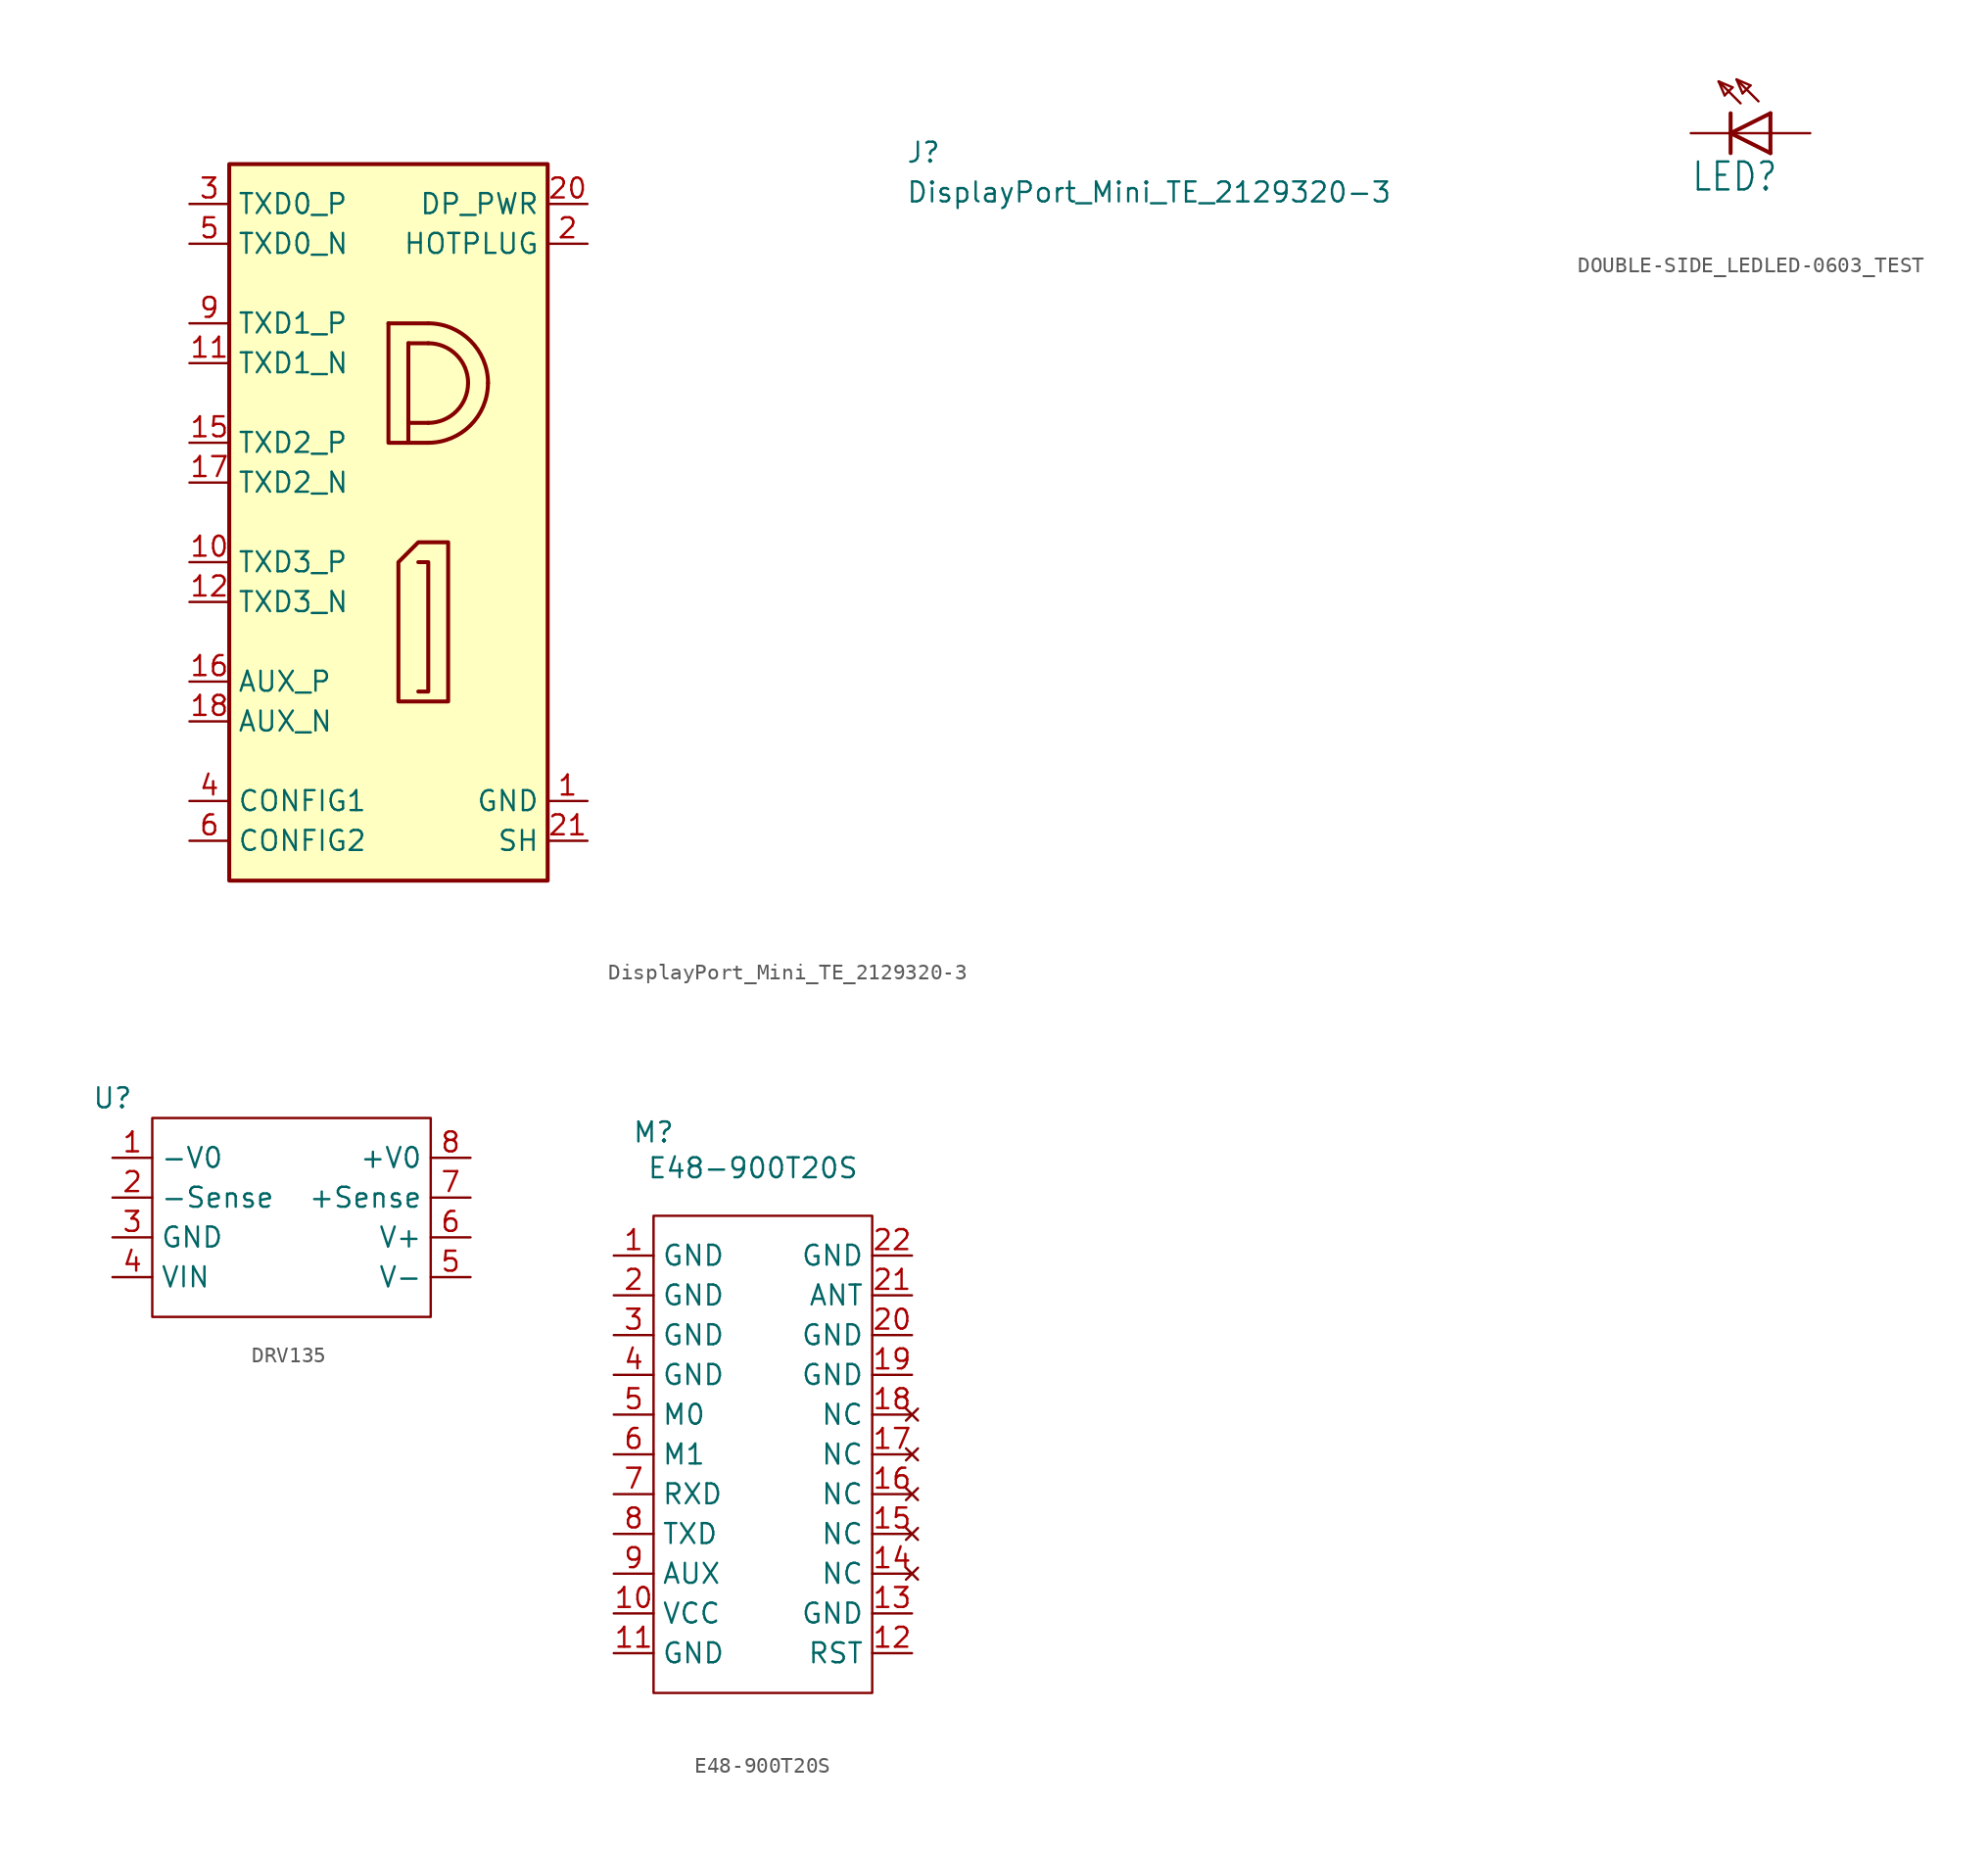
<source format=kicad_sym>
(kicad_symbol_lib
  (version 20231120)
  (generator "kicad_symbol_editor")
  (generator_version "8.0")
  (symbol "DisplayPort_Mini_TE_2129320-3"
    (property "Reference" "J"
      (at 45.72 2.54 0)
      (effects (font (size 1.27 1.27) (thickness 0.15)) (justify left bottom)))
    (property "Value" "DisplayPort_Mini_TE_2129320-3"
      (at 45.72 0 0)
      (effects (font (size 1.27 1.27) (thickness 0.15)) (justify left bottom)))
    (symbol "DisplayPort_Mini_TE_2129320-3_1_1"
      (polyline (pts (xy 12.7 -7.62) (xy 15.24 -7.62)) (stroke (width 0.254) (type default)) (fill (type background)))
      (polyline (pts (xy 13.97 -8.89) (xy 13.97 -15.24)) (stroke (width 0.254) (type default)) (fill (type background)))
      (polyline (pts (xy 15.24 -13.97) (xy 13.97 -13.97)) (stroke (width 0.254) (type default)) (fill (type background)))
      (polyline (pts (xy 15.24 -8.89) (xy 13.97 -8.89)) (stroke (width 0.254) (type default)) (fill (type background)))
      (polyline (pts (xy 12.7 -7.62) (xy 12.7 -15.24) (xy 15.24 -15.24)) (stroke (width 0.254) (type default)) (fill (type background)))
      (polyline (pts (xy 14.605 -31.115) (xy 15.24 -31.115) (xy 15.24 -22.86) (xy 14.605 -22.86)) (stroke (width 0.254) (type default)) (fill (type background)))
      (polyline (pts (xy 13.335 -22.86) (xy 14.605 -21.59) (xy 16.51 -21.59) (xy 16.51 -31.75) (xy 13.335 -31.75) (xy 13.335 -22.86)) (stroke (width 0.254) (type default)) (fill (type background)))
      (rectangle (start 2.54 2.54) (end 22.86 -43.18) (stroke (width 0.254) (type default)) (fill (type background)))
      (arc (start 15.24 -15.24) (mid 17.9341 -14.1241) (end 19.05 -11.43) (stroke (width 0.254) (type default)) (fill (type background)))
      (arc (start 15.24 -13.97) (mid 17.0361 -13.2261) (end 17.78 -11.43) (stroke (width 0.254) (type default)) (fill (type background)))
      (arc (start 17.78 -11.43) (mid 17.0361 -9.6339) (end 15.24 -8.89) (stroke (width 0.254) (type default)) (fill (type background)))
      (arc (start 19.05 -11.43) (mid 17.9341 -8.7359) (end 15.24 -7.62) (stroke (width 0.254) (type default)) (fill (type background)))
      (pin passive line (at 25.4 -38.1 180) (length 2.54) (name "GND" (effects (font (size 1.27 1.27)))) (number "1" (effects (font (size 1.27 1.27)))))
      (pin passive line (at 0 -22.86 0) (length 2.54) (name "TXD3_P" (effects (font (size 1.27 1.27)))) (number "10" (effects (font (size 1.27 1.27)))))
      (pin passive line (at 0 -10.16 0) (length 2.54) (name "TXD1_N" (effects (font (size 1.27 1.27)))) (number "11" (effects (font (size 1.27 1.27)))))
      (pin passive line (at 0 -25.4 0) (length 2.54) (name "TXD3_N" (effects (font (size 1.27 1.27)))) (number "12" (effects (font (size 1.27 1.27)))))
      (pin passive line (at 25.4 -38.1 180) (length 2.54) hide (name "GND" (effects (font (size 1.27 1.27)))) (number "13" (effects (font (size 1.27 1.27)))))
      (pin passive line (at 25.4 -38.1 180) (length 2.54) hide (name "GND" (effects (font (size 1.27 1.27)))) (number "14" (effects (font (size 1.27 1.27)))))
      (pin passive line (at 0 -15.24 0) (length 2.54) (name "TXD2_P" (effects (font (size 1.27 1.27)))) (number "15" (effects (font (size 1.27 1.27)))))
      (pin passive line (at 0 -30.48 0) (length 2.54) (name "AUX_P" (effects (font (size 1.27 1.27)))) (number "16" (effects (font (size 1.27 1.27)))))
      (pin passive line (at 0 -17.78 0) (length 2.54) (name "TXD2_N" (effects (font (size 1.27 1.27)))) (number "17" (effects (font (size 1.27 1.27)))))
      (pin passive line (at 0 -33.02 0) (length 2.54) (name "AUX_N" (effects (font (size 1.27 1.27)))) (number "18" (effects (font (size 1.27 1.27)))))
      (pin passive line (at 25.4 -38.1 180) (length 2.54) hide (name "GND" (effects (font (size 1.27 1.27)))) (number "19" (effects (font (size 1.27 1.27)))))
      (pin passive line (at 25.4 -2.54 180) (length 2.54) (name "HOTPLUG" (effects (font (size 1.27 1.27)))) (number "2" (effects (font (size 1.27 1.27)))))
      (pin passive line (at 25.4 0 180) (length 2.54) (name "DP_PWR" (effects (font (size 1.27 1.27)))) (number "20" (effects (font (size 1.27 1.27)))))
      (pin passive line (at 25.4 -40.64 180) (length 2.54) (name "SH" (effects (font (size 1.27 1.27)))) (number "21" (effects (font (size 1.27 1.27)))))
      (pin passive line (at 25.4 -40.64 180) (length 2.54) hide (name "SH" (effects (font (size 1.27 1.27)))) (number "22" (effects (font (size 1.27 1.27)))))
      (pin passive line (at 25.4 -40.64 180) (length 2.54) hide (name "SH" (effects (font (size 1.27 1.27)))) (number "23" (effects (font (size 1.27 1.27)))))
      (pin passive line (at 25.4 -40.64 180) (length 2.54) hide (name "SH" (effects (font (size 1.27 1.27)))) (number "24" (effects (font (size 1.27 1.27)))))
      (pin passive line (at 0 0 0) (length 2.54) (name "TXD0_P" (effects (font (size 1.27 1.27)))) (number "3" (effects (font (size 1.27 1.27)))))
      (pin passive line (at 0 -38.1 0) (length 2.54) (name "CONFIG1" (effects (font (size 1.27 1.27)))) (number "4" (effects (font (size 1.27 1.27)))))
      (pin passive line (at 0 -2.54 0) (length 2.54) (name "TXD0_N" (effects (font (size 1.27 1.27)))) (number "5" (effects (font (size 1.27 1.27)))))
      (pin passive line (at 0 -40.64 0) (length 2.54) (name "CONFIG2" (effects (font (size 1.27 1.27)))) (number "6" (effects (font (size 1.27 1.27)))))
      (pin passive line (at 25.4 -38.1 180) (length 2.54) hide (name "GND" (effects (font (size 1.27 1.27)))) (number "7" (effects (font (size 1.27 1.27)))))
      (pin passive line (at 25.4 -38.1 180) (length 2.54) hide (name "GND" (effects (font (size 1.27 1.27)))) (number "8" (effects (font (size 1.27 1.27)))))
      (pin passive line (at 0 -7.62 0) (length 2.54) (name "TXD1_P" (effects (font (size 1.27 1.27)))) (number "9" (effects (font (size 1.27 1.27)))))))
  (symbol "DOUBLE-SIDE_LEDLED-0603_TEST"
    (property "Reference" "LED"
      (at -5.08 -3.81 0)
      (effects (font (size 1.778 1.511)) (justify left bottom)))
    (property "Value" ""
      (at -5.08 -6.35 0)
      (effects (font (size 1.778 1.511)) (justify left bottom)))
    (property "ki_locked" ""
      (at 0 0 0)
      (effects (font (size 1.27 1.27))))
    (symbol "DOUBLE-SIDE_LEDLED-0603_TEST_1_0"
      (polyline (pts (xy -3.302 3.302) (xy -2.921 2.413)) (stroke (width 0.152) (type solid)) (fill (type none)))
      (polyline (pts (xy -2.921 2.413) (xy -2.413 2.921)) (stroke (width 0.152) (type solid)) (fill (type none)))
      (polyline (pts (xy -2.54 -1.27) (xy -2.54 0)) (stroke (width 0.254) (type solid)) (fill (type none)))
      (polyline (pts (xy -2.54 0) (xy -2.54 1.27)) (stroke (width 0.254) (type solid)) (fill (type none)))
      (polyline (pts (xy -2.54 0) (xy 0 1.27)) (stroke (width 0.254) (type solid)) (fill (type none)))
      (polyline (pts (xy -2.413 2.921) (xy -3.302 3.302)) (stroke (width 0.152) (type solid)) (fill (type none)))
      (polyline (pts (xy -2.159 3.429) (xy -1.778 2.54)) (stroke (width 0.152) (type solid)) (fill (type none)))
      (polyline (pts (xy -1.905 1.905) (xy -3.302 3.302)) (stroke (width 0.152) (type solid)) (fill (type none)))
      (polyline (pts (xy -1.778 2.54) (xy -1.27 3.048)) (stroke (width 0.152) (type solid)) (fill (type none)))
      (polyline (pts (xy -1.27 3.048) (xy -2.159 3.429)) (stroke (width 0.152) (type solid)) (fill (type none)))
      (polyline (pts (xy -0.762 2.032) (xy -2.159 3.429)) (stroke (width 0.152) (type solid)) (fill (type none)))
      (polyline (pts (xy 0 -1.27) (xy -2.54 0)) (stroke (width 0.254) (type solid)) (fill (type none)))
      (polyline (pts (xy 0 -1.27) (xy 0 0)) (stroke (width 0.254) (type solid)) (fill (type none)))
      (polyline (pts (xy 0 0) (xy -2.54 0)) (stroke (width 0.152) (type solid)) (fill (type none)))
      (polyline (pts (xy 0 0) (xy 0 1.27)) (stroke (width 0.254) (type solid)) (fill (type none)))
      (pin passive line (at 2.54 0 180) (length 2.54) (name "A" (effects (font (size 0 0)))) (number "A" (effects (font (size 0 0)))))
      (pin passive line (at -5.08 0 0) (length 2.54) (name "C" (effects (font (size 0 0)))) (number "C" (effects (font (size 0 0)))))))
  (symbol "DRV135"
    (property "Reference" "U"
      (at 0 3.81 0)
      (effects (font (size 1.27 1.27))))
    (property "Value" ""
      (at 0 0 0)
      (effects (font (size 1.27 1.27))))
    (symbol "DRV135_0_1"
      (rectangle (start 2.54 2.54) (end 20.32 -10.16) (stroke (width 0) (type default)) (fill (type none))))
    (symbol "DRV135_1_1"
      (pin input line (at 0 0 0) (length 2.54) (name "-V0" (effects (font (size 1.27 1.27)))) (number "1" (effects (font (size 1.27 1.27)))))
      (pin input line (at 0 -2.54 0) (length 2.54) (name "-Sense" (effects (font (size 1.27 1.27)))) (number "2" (effects (font (size 1.27 1.27)))))
      (pin input line (at 0 -5.08 0) (length 2.54) (name "GND" (effects (font (size 1.27 1.27)))) (number "3" (effects (font (size 1.27 1.27)))))
      (pin input line (at 0 -7.62 0) (length 2.54) (name "VIN" (effects (font (size 1.27 1.27)))) (number "4" (effects (font (size 1.27 1.27)))))
      (pin input line (at 22.86 -7.62 180) (length 2.54) (name "V-" (effects (font (size 1.27 1.27)))) (number "5" (effects (font (size 1.27 1.27)))))
      (pin input line (at 22.86 -5.08 180) (length 2.54) (name "V+" (effects (font (size 1.27 1.27)))) (number "6" (effects (font (size 1.27 1.27)))))
      (pin input line (at 22.86 -2.54 180) (length 2.54) (name "+Sense" (effects (font (size 1.27 1.27)))) (number "7" (effects (font (size 1.27 1.27)))))
      (pin input line (at 22.86 0 180) (length 2.54) (name "+V0" (effects (font (size 1.27 1.27)))) (number "8" (effects (font (size 1.27 1.27)))))))
  (symbol "E48-900T20S"
    (property "Reference" "M"
      (at 2.54 7.874 0)
      (effects (font (size 1.27 1.27))))
    (property "Value" "E48-900T20S"
      (at 8.89 5.588 0)
      (effects (font (size 1.27 1.27))))
    (symbol "E48-900T20S_0_0"
      (pin power_in line (at 0 0 0) (length 2.54) (name "GND" (effects (font (size 1.27 1.27)))) (number "1" (effects (font (size 1.27 1.27)))))
      (pin power_in line (at 0 -22.86 0) (length 2.54) (name "VCC" (effects (font (size 1.27 1.27)))) (number "10" (effects (font (size 1.27 1.27)))))
      (pin power_in line (at 0 -25.4 0) (length 2.54) (name "GND" (effects (font (size 1.27 1.27)))) (number "11" (effects (font (size 1.27 1.27)))))
      (pin power_in line (at 19.05 -22.86 180) (length 2.54) (name "GND" (effects (font (size 1.27 1.27)))) (number "13" (effects (font (size 1.27 1.27)))))
      (pin no_connect line (at 19.05 -20.32 180) (length 2.54) (name "NC" (effects (font (size 1.27 1.27)))) (number "14" (effects (font (size 1.27 1.27)))))
      (pin no_connect line (at 19.05 -17.78 180) (length 2.54) (name "NC" (effects (font (size 1.27 1.27)))) (number "15" (effects (font (size 1.27 1.27)))))
      (pin no_connect line (at 19.05 -15.24 180) (length 2.54) (name "NC" (effects (font (size 1.27 1.27)))) (number "16" (effects (font (size 1.27 1.27)))))
      (pin no_connect line (at 19.05 -12.7 180) (length 2.54) (name "NC" (effects (font (size 1.27 1.27)))) (number "17" (effects (font (size 1.27 1.27)))))
      (pin no_connect line (at 19.05 -10.16 180) (length 2.54) (name "NC" (effects (font (size 1.27 1.27)))) (number "18" (effects (font (size 1.27 1.27)))))
      (pin power_in line (at 19.05 -7.62 180) (length 2.54) (name "GND" (effects (font (size 1.27 1.27)))) (number "19" (effects (font (size 1.27 1.27)))))
      (pin power_in line (at 0 -2.54 0) (length 2.54) (name "GND" (effects (font (size 1.27 1.27)))) (number "2" (effects (font (size 1.27 1.27)))))
      (pin power_in line (at 19.05 -5.08 180) (length 2.54) (name "GND" (effects (font (size 1.27 1.27)))) (number "20" (effects (font (size 1.27 1.27)))))
      (pin input line (at 19.05 -2.54 180) (length 2.54) (name "ANT" (effects (font (size 1.27 1.27)))) (number "21" (effects (font (size 1.27 1.27)))))
      (pin power_in line (at 19.05 0 180) (length 2.54) (name "GND" (effects (font (size 1.27 1.27)))) (number "22" (effects (font (size 1.27 1.27)))))
      (pin power_in line (at 0 -5.08 0) (length 2.54) (name "GND" (effects (font (size 1.27 1.27)))) (number "3" (effects (font (size 1.27 1.27)))))
      (pin power_in line (at 0 -7.62 0) (length 2.54) (name "GND" (effects (font (size 1.27 1.27)))) (number "4" (effects (font (size 1.27 1.27)))))
      (pin input line (at 0 -10.16 0) (length 2.54) (name "M0" (effects (font (size 1.27 1.27)))) (number "5" (effects (font (size 1.27 1.27)))))
      (pin input line (at 0 -12.7 0) (length 2.54) (name "M1" (effects (font (size 1.27 1.27)))) (number "6" (effects (font (size 1.27 1.27)))))
      (pin input line (at 0 -15.24 0) (length 2.54) (name "RXD" (effects (font (size 1.27 1.27)))) (number "7" (effects (font (size 1.27 1.27)))))
      (pin output line (at 0 -17.78 0) (length 2.54) (name "TXD" (effects (font (size 1.27 1.27)))) (number "8" (effects (font (size 1.27 1.27)))))
      (pin output line (at 0 -20.32 0) (length 2.54) (name "AUX" (effects (font (size 1.27 1.27)))) (number "9" (effects (font (size 1.27 1.27))))))
    (symbol "E48-900T20S_0_1"
      (rectangle (start 2.54 2.54) (end 16.51 -27.94) (stroke (width 0) (type default)) (fill (type none))))
    (symbol "E48-900T20S_1_0"
      (pin input line (at 19.05 -25.4 180) (length 2.54) (name "RST" (effects (font (size 1.27 1.27)))) (number "12" (effects (font (size 1.27 1.27))))))))
</source>
